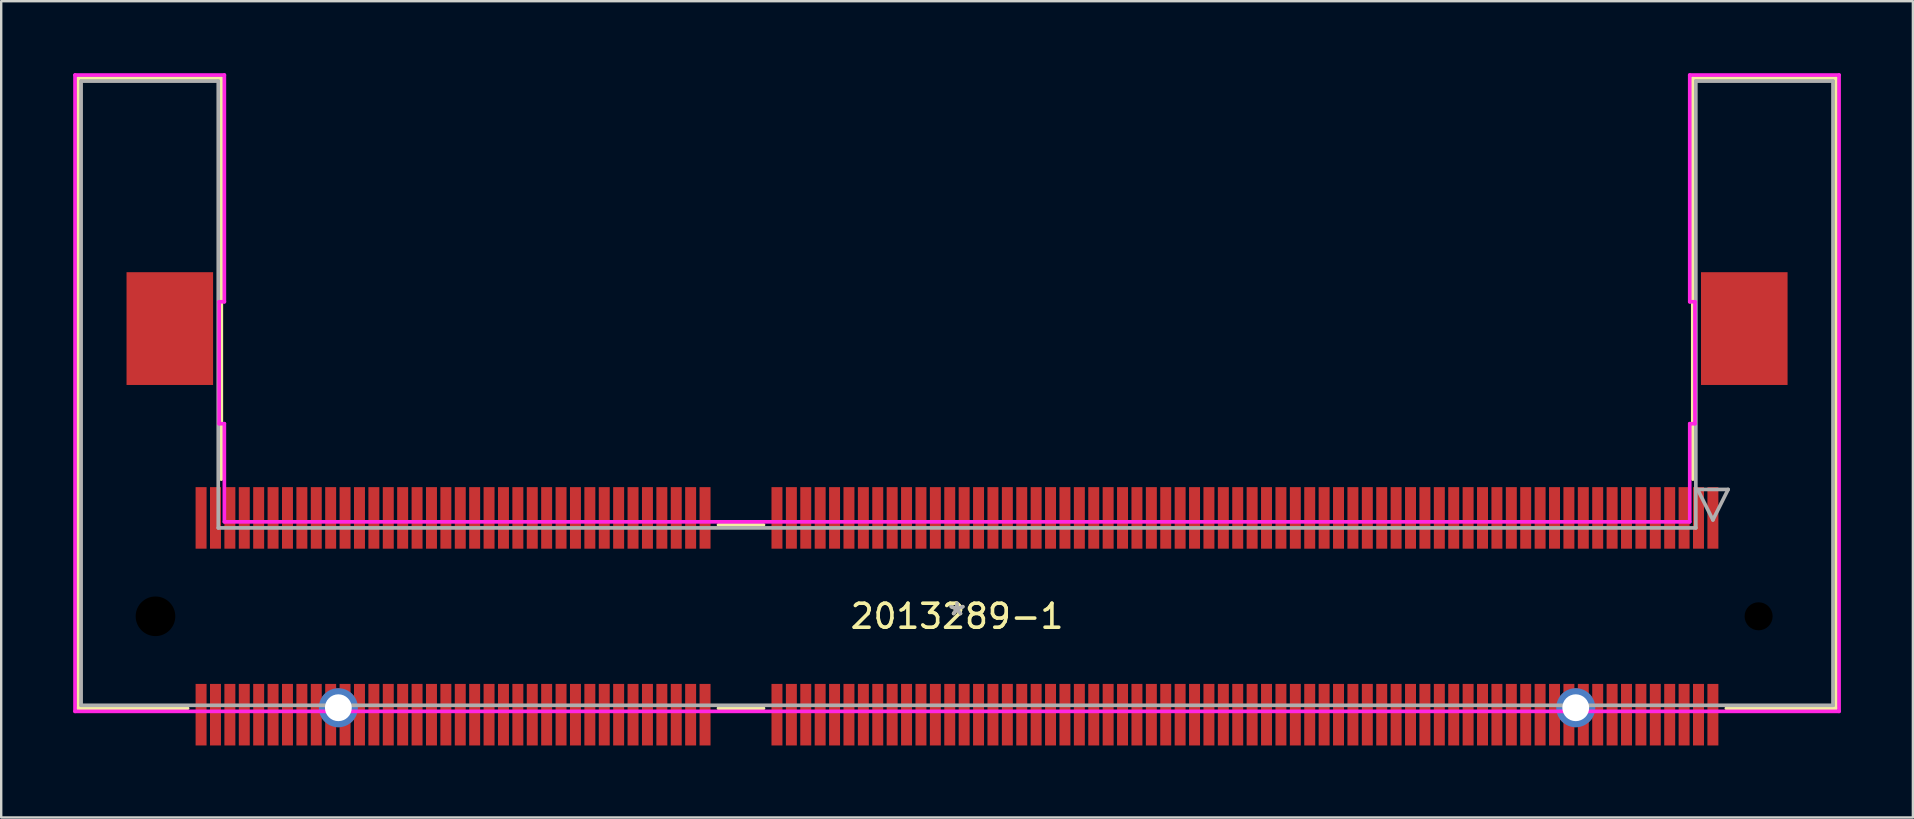
<source format=kicad_pcb>
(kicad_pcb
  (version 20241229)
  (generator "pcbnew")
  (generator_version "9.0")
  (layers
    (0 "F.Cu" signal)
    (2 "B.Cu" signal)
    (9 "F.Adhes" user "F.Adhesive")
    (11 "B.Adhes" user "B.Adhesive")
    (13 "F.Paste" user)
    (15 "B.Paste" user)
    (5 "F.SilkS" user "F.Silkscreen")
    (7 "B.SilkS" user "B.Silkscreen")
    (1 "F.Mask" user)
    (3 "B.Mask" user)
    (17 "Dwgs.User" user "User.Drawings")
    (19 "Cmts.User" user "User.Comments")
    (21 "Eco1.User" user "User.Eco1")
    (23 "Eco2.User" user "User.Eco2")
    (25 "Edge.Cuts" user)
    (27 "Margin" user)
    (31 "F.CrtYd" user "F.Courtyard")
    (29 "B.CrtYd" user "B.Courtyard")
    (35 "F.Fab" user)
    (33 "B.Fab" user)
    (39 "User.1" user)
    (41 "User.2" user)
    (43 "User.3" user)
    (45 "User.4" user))
  (footprint "2013289-1"
    (layer "F.Cu")
    (at 36.83 22.631)
    (property "Reference" "2013289-1" (at 0 0 0) (layer "F.SilkS") (effects (font (size 1 1) (thickness 0.15))))
    (attr through_hole)
    (fp_line (start -36.627 -22.428) (end -30.658 -22.428) (stroke (width 0.152) (type solid)) (layer "F.SilkS"))
    (fp_line (start -36.627 3.835) (end -36.627 -22.428) (stroke (width 0.152) (type solid)) (layer "F.SilkS"))
    (fp_line (start -32.063 3.835) (end -36.627 3.835) (stroke (width 0.152) (type solid)) (layer "F.SilkS"))
    (fp_line (start -30.658 -22.428) (end -30.658 -5.715) (stroke (width 0.152) (type solid)) (layer "F.SilkS"))
    (fp_line (start -9.94 -3.81) (end -8.065 -3.81) (stroke (width 0.152) (type solid)) (layer "F.SilkS"))
    (fp_line (start -8.065 3.835) (end -9.94 3.835) (stroke (width 0.152) (type solid)) (layer "F.SilkS"))
    (fp_line (start 30.658 -22.428) (end 36.627 -22.428) (stroke (width 0.152) (type solid)) (layer "F.SilkS"))
    (fp_line (start 30.658 -5.715) (end 30.658 -22.428) (stroke (width 0.152) (type solid)) (layer "F.SilkS"))
    (fp_line (start 36.627 -22.428) (end 36.627 3.835) (stroke (width 0.152) (type solid)) (layer "F.SilkS"))
    (fp_line (start 36.627 3.835) (end 32.057 3.835) (stroke (width 0.152) (type solid)) (layer "F.SilkS"))
    (fp_line (start -36.754 -22.555) (end -30.531 -22.555) (stroke (width 0.152) (type solid)) (layer "F.CrtYd"))
    (fp_line (start -36.754 3.962) (end -36.754 -22.555) (stroke (width 0.152) (type solid)) (layer "F.CrtYd"))
    (fp_line (start -30.747 -13.106) (end -30.747 -8.026) (stroke (width 0.152) (type solid)) (layer "F.CrtYd"))
    (fp_line (start -30.747 -8.026) (end -30.531 -8.026) (stroke (width 0.152) (type solid)) (layer "F.CrtYd"))
    (fp_line (start -30.531 -22.555) (end -30.531 -13.106) (stroke (width 0.152) (type solid)) (layer "F.CrtYd"))
    (fp_line (start -30.531 -13.106) (end -30.747 -13.106) (stroke (width 0.152) (type solid)) (layer "F.CrtYd"))
    (fp_line (start -30.531 -8.026) (end -30.531 -3.937) (stroke (width 0.152) (type solid)) (layer "F.CrtYd"))
    (fp_line (start -30.531 -3.937) (end 30.531 -3.937) (stroke (width 0.152) (type solid)) (layer "F.CrtYd"))
    (fp_line (start 30.531 -22.555) (end 36.754 -22.555) (stroke (width 0.152) (type solid)) (layer "F.CrtYd"))
    (fp_line (start 30.531 -13.106) (end 30.531 -22.555) (stroke (width 0.152) (type solid)) (layer "F.CrtYd"))
    (fp_line (start 30.531 -8.026) (end 30.747 -8.026) (stroke (width 0.152) (type solid)) (layer "F.CrtYd"))
    (fp_line (start 30.531 -3.937) (end 30.531 -8.026) (stroke (width 0.152) (type solid)) (layer "F.CrtYd"))
    (fp_line (start 30.747 -13.106) (end 30.531 -13.106) (stroke (width 0.152) (type solid)) (layer "F.CrtYd"))
    (fp_line (start 30.747 -8.026) (end 30.747 -13.106) (stroke (width 0.152) (type solid)) (layer "F.CrtYd"))
    (fp_line (start 36.754 -22.555) (end 36.754 3.962) (stroke (width 0.152) (type solid)) (layer "F.CrtYd"))
    (fp_line (start 36.754 3.962) (end -36.754 3.962) (stroke (width 0.152) (type solid)) (layer "F.CrtYd"))
    (fp_line (start -36.5 -22.301) (end -30.785 -22.301) (stroke (width 0.152) (type solid)) (layer "F.Fab"))
    (fp_line (start -36.5 3.708) (end -36.5 -22.301) (stroke (width 0.152) (type solid)) (layer "F.Fab"))
    (fp_line (start -30.785 -22.301) (end -30.785 -3.683) (stroke (width 0.152) (type solid)) (layer "F.Fab"))
    (fp_line (start -30.785 -3.683) (end 30.785 -3.683) (stroke (width 0.152) (type solid)) (layer "F.Fab"))
    (fp_line (start 30.785 -22.301) (end 36.5 -22.301) (stroke (width 0.152) (type solid)) (layer "F.Fab"))
    (fp_line (start 30.785 -3.683) (end 30.785 -22.301) (stroke (width 0.152) (type solid)) (layer "F.Fab"))
    (fp_line (start 30.861 -5.286) (end 32.131 -5.286) (stroke (width 0.152) (type solid)) (layer "F.Fab"))
    (fp_line (start 31.496 -4.016) (end 30.861 -5.286) (stroke (width 0.152) (type solid)) (layer "F.Fab"))
    (fp_line (start 32.131 -5.286) (end 31.496 -4.016) (stroke (width 0.152) (type solid)) (layer "F.Fab"))
    (fp_line (start 36.5 -22.301) (end 36.5 3.708) (stroke (width 0.152) (type solid)) (layer "F.Fab"))
    (fp_line (start 36.5 3.708) (end -36.5 3.708) (stroke (width 0.152) (type solid)) (layer "F.Fab"))
    (fp_text user "*" (at 0 0 0) (layer "F.SilkS") (effects (font (size 1 1) (thickness 0.15))))
    (fp_text user "Copyright 2016 Accelerated Designs. All rights reserved." (at 0 0 0) (layer "Cmts.User") (effects (font (size 0.127 0.127) (thickness 0.002))))
    (fp_text user "*" (at 0 0 0) (layer "F.Fab") (effects (font (size 1 1) (thickness 0.15))))
    (pad "" np_thru_hole circle (at -33.401 0) (size 2.159 2.159) (drill 1.651) (layers))
    (pad "" np_thru_hole circle (at 33.401 0) (size 1.676 1.676) (drill 1.168) (layers))
    (pad "1" smd rect (at 31.496 -4.1) (size 0.457 2.565) (layers "F.Cu" "F.Mask" "F.Paste"))
    (pad "2" smd rect (at 31.496 4.1) (size 0.457 2.565) (layers "F.Cu" "F.Mask" "F.Paste"))
    (pad "3" smd rect (at 30.896 -4.1) (size 0.457 2.565) (layers "F.Cu" "F.Mask" "F.Paste"))
    (pad "4" smd rect (at 30.896 4.1) (size 0.457 2.565) (layers "F.Cu" "F.Mask" "F.Paste"))
    (pad "5" smd rect (at 30.296 -4.1) (size 0.457 2.565) (layers "F.Cu" "F.Mask" "F.Paste"))
    (pad "6" smd rect (at 30.296 4.1) (size 0.457 2.565) (layers "F.Cu" "F.Mask" "F.Paste"))
    (pad "7" smd rect (at 29.696 -4.1) (size 0.457 2.565) (layers "F.Cu" "F.Mask" "F.Paste"))
    (pad "8" smd rect (at 29.696 4.1) (size 0.457 2.565) (layers "F.Cu" "F.Mask" "F.Paste"))
    (pad "9" smd rect (at 29.096 -4.1) (size 0.457 2.565) (layers "F.Cu" "F.Mask" "F.Paste"))
    (pad "10" smd rect (at 29.096 4.1) (size 0.457 2.565) (layers "F.Cu" "F.Mask" "F.Paste"))
    (pad "11" smd rect (at 28.496 -4.1) (size 0.457 2.565) (layers "F.Cu" "F.Mask" "F.Paste"))
    (pad "12" smd rect (at 28.496 4.1) (size 0.457 2.565) (layers "F.Cu" "F.Mask" "F.Paste"))
    (pad "13" smd rect (at 27.896 -4.1) (size 0.457 2.565) (layers "F.Cu" "F.Mask" "F.Paste"))
    (pad "14" smd rect (at 27.896 4.1) (size 0.457 2.565) (layers "F.Cu" "F.Mask" "F.Paste"))
    (pad "15" smd rect (at 27.296 -4.1) (size 0.457 2.565) (layers "F.Cu" "F.Mask" "F.Paste"))
    (pad "16" smd rect (at 27.296 4.1) (size 0.457 2.565) (layers "F.Cu" "F.Mask" "F.Paste"))
    (pad "17" smd rect (at 26.696 -4.1) (size 0.457 2.565) (layers "F.Cu" "F.Mask" "F.Paste"))
    (pad "18" smd rect (at 26.696 4.1) (size 0.457 2.565) (layers "F.Cu" "F.Mask" "F.Paste"))
    (pad "19" smd rect (at 26.096 -4.1) (size 0.457 2.565) (layers "F.Cu" "F.Mask" "F.Paste"))
    (pad "20" smd rect (at 26.096 4.1) (size 0.457 2.565) (layers "F.Cu" "F.Mask" "F.Paste"))
    (pad "21" smd rect (at 25.496 -4.1) (size 0.457 2.565) (layers "F.Cu" "F.Mask" "F.Paste"))
    (pad "22" smd rect (at 25.496 4.1) (size 0.457 2.565) (layers "F.Cu" "F.Mask" "F.Paste"))
    (pad "23" smd rect (at 24.896 -4.1) (size 0.457 2.565) (layers "F.Cu" "F.Mask" "F.Paste"))
    (pad "24" smd rect (at 24.896 4.1) (size 0.457 2.565) (layers "F.Cu" "F.Mask" "F.Paste"))
    (pad "25" smd rect (at 24.296 -4.1) (size 0.457 2.565) (layers "F.Cu" "F.Mask" "F.Paste"))
    (pad "26" smd rect (at 24.296 4.1) (size 0.457 2.565) (layers "F.Cu" "F.Mask" "F.Paste"))
    (pad "27" smd rect (at 23.696 -4.1) (size 0.457 2.565) (layers "F.Cu" "F.Mask" "F.Paste"))
    (pad "28" smd rect (at 23.696 4.1) (size 0.457 2.565) (layers "F.Cu" "F.Mask" "F.Paste"))
    (pad "29" smd rect (at 23.096 -4.1) (size 0.457 2.565) (layers "F.Cu" "F.Mask" "F.Paste"))
    (pad "30" smd rect (at 23.096 4.1) (size 0.457 2.565) (layers "F.Cu" "F.Mask" "F.Paste"))
    (pad "31" smd rect (at 22.496 -4.1) (size 0.457 2.565) (layers "F.Cu" "F.Mask" "F.Paste"))
    (pad "32" smd rect (at 22.496 4.1) (size 0.457 2.565) (layers "F.Cu" "F.Mask" "F.Paste"))
    (pad "33" smd rect (at 21.896 -4.1) (size 0.457 2.565) (layers "F.Cu" "F.Mask" "F.Paste"))
    (pad "34" smd rect (at 21.896 4.1) (size 0.457 2.565) (layers "F.Cu" "F.Mask" "F.Paste"))
    (pad "35" smd rect (at 21.296 -4.1) (size 0.457 2.565) (layers "F.Cu" "F.Mask" "F.Paste"))
    (pad "36" smd rect (at 21.296 4.1) (size 0.457 2.565) (layers "F.Cu" "F.Mask" "F.Paste"))
    (pad "37" smd rect (at 20.696 -4.1) (size 0.457 2.565) (layers "F.Cu" "F.Mask" "F.Paste"))
    (pad "38" smd rect (at 20.696 4.1) (size 0.457 2.565) (layers "F.Cu" "F.Mask" "F.Paste"))
    (pad "39" smd rect (at 20.096 -4.1) (size 0.457 2.565) (layers "F.Cu" "F.Mask" "F.Paste"))
    (pad "40" smd rect (at 20.096 4.1) (size 0.457 2.565) (layers "F.Cu" "F.Mask" "F.Paste"))
    (pad "41" smd rect (at 19.496 -4.1) (size 0.457 2.565) (layers "F.Cu" "F.Mask" "F.Paste"))
    (pad "42" smd rect (at 19.496 4.1) (size 0.457 2.565) (layers "F.Cu" "F.Mask" "F.Paste"))
    (pad "43" smd rect (at 18.896 -4.1) (size 0.457 2.565) (layers "F.Cu" "F.Mask" "F.Paste"))
    (pad "44" smd rect (at 18.896 4.1) (size 0.457 2.565) (layers "F.Cu" "F.Mask" "F.Paste"))
    (pad "45" smd rect (at 18.296 -4.1) (size 0.457 2.565) (layers "F.Cu" "F.Mask" "F.Paste"))
    (pad "46" smd rect (at 18.296 4.1) (size 0.457 2.565) (layers "F.Cu" "F.Mask" "F.Paste"))
    (pad "47" smd rect (at 17.696 -4.1) (size 0.457 2.565) (layers "F.Cu" "F.Mask" "F.Paste"))
    (pad "48" smd rect (at 17.696 4.1) (size 0.457 2.565) (layers "F.Cu" "F.Mask" "F.Paste"))
    (pad "49" smd rect (at 17.096 -4.1) (size 0.457 2.565) (layers "F.Cu" "F.Mask" "F.Paste"))
    (pad "50" smd rect (at 17.096 4.1) (size 0.457 2.565) (layers "F.Cu" "F.Mask" "F.Paste"))
    (pad "51" smd rect (at 16.496 -4.1) (size 0.457 2.565) (layers "F.Cu" "F.Mask" "F.Paste"))
    (pad "52" smd rect (at 16.496 4.1) (size 0.457 2.565) (layers "F.Cu" "F.Mask" "F.Paste"))
    (pad "53" smd rect (at 15.896 -4.1) (size 0.457 2.565) (layers "F.Cu" "F.Mask" "F.Paste"))
    (pad "54" smd rect (at 15.896 4.1) (size 0.457 2.565) (layers "F.Cu" "F.Mask" "F.Paste"))
    (pad "55" smd rect (at 15.296 -4.1) (size 0.457 2.565) (layers "F.Cu" "F.Mask" "F.Paste"))
    (pad "56" smd rect (at 15.296 4.1) (size 0.457 2.565) (layers "F.Cu" "F.Mask" "F.Paste"))
    (pad "57" smd rect (at 14.696 -4.1) (size 0.457 2.565) (layers "F.Cu" "F.Mask" "F.Paste"))
    (pad "58" smd rect (at 14.696 4.1) (size 0.457 2.565) (layers "F.Cu" "F.Mask" "F.Paste"))
    (pad "59" smd rect (at 14.096 -4.1) (size 0.457 2.565) (layers "F.Cu" "F.Mask" "F.Paste"))
    (pad "60" smd rect (at 14.096 4.1) (size 0.457 2.565) (layers "F.Cu" "F.Mask" "F.Paste"))
    (pad "61" smd rect (at 13.496 -4.1) (size 0.457 2.565) (layers "F.Cu" "F.Mask" "F.Paste"))
    (pad "62" smd rect (at 13.496 4.1) (size 0.457 2.565) (layers "F.Cu" "F.Mask" "F.Paste"))
    (pad "63" smd rect (at 12.896 -4.1) (size 0.457 2.565) (layers "F.Cu" "F.Mask" "F.Paste"))
    (pad "64" smd rect (at 12.896 4.1) (size 0.457 2.565) (layers "F.Cu" "F.Mask" "F.Paste"))
    (pad "65" smd rect (at 12.296 -4.1) (size 0.457 2.565) (layers "F.Cu" "F.Mask" "F.Paste"))
    (pad "66" smd rect (at 12.296 4.1) (size 0.457 2.565) (layers "F.Cu" "F.Mask" "F.Paste"))
    (pad "67" smd rect (at 11.696 -4.1) (size 0.457 2.565) (layers "F.Cu" "F.Mask" "F.Paste"))
    (pad "68" smd rect (at 11.696 4.1) (size 0.457 2.565) (layers "F.Cu" "F.Mask" "F.Paste"))
    (pad "69" smd rect (at 11.096 -4.1) (size 0.457 2.565) (layers "F.Cu" "F.Mask" "F.Paste"))
    (pad "70" smd rect (at 11.096 4.1) (size 0.457 2.565) (layers "F.Cu" "F.Mask" "F.Paste"))
    (pad "71" smd rect (at 10.496 -4.1) (size 0.457 2.565) (layers "F.Cu" "F.Mask" "F.Paste"))
    (pad "72" smd rect (at 10.496 4.1) (size 0.457 2.565) (layers "F.Cu" "F.Mask" "F.Paste"))
    (pad "73" smd rect (at 9.896 -4.1) (size 0.457 2.565) (layers "F.Cu" "F.Mask" "F.Paste"))
    (pad "74" smd rect (at 9.896 4.1) (size 0.457 2.565) (layers "F.Cu" "F.Mask" "F.Paste"))
    (pad "75" smd rect (at 9.296 -4.1) (size 0.457 2.565) (layers "F.Cu" "F.Mask" "F.Paste"))
    (pad "76" smd rect (at 9.296 4.1) (size 0.457 2.565) (layers "F.Cu" "F.Mask" "F.Paste"))
    (pad "77" smd rect (at 8.696 -4.1) (size 0.457 2.565) (layers "F.Cu" "F.Mask" "F.Paste"))
    (pad "78" smd rect (at 8.696 4.1) (size 0.457 2.565) (layers "F.Cu" "F.Mask" "F.Paste"))
    (pad "79" smd rect (at 8.096 -4.1) (size 0.457 2.565) (layers "F.Cu" "F.Mask" "F.Paste"))
    (pad "80" smd rect (at 8.096 4.1) (size 0.457 2.565) (layers "F.Cu" "F.Mask" "F.Paste"))
    (pad "81" smd rect (at 7.496 -4.1) (size 0.457 2.565) (layers "F.Cu" "F.Mask" "F.Paste"))
    (pad "82" smd rect (at 7.496 4.1) (size 0.457 2.565) (layers "F.Cu" "F.Mask" "F.Paste"))
    (pad "83" smd rect (at 6.896 -4.1) (size 0.457 2.565) (layers "F.Cu" "F.Mask" "F.Paste"))
    (pad "84" smd rect (at 6.896 4.1) (size 0.457 2.565) (layers "F.Cu" "F.Mask" "F.Paste"))
    (pad "85" smd rect (at 6.296 -4.1) (size 0.457 2.565) (layers "F.Cu" "F.Mask" "F.Paste"))
    (pad "86" smd rect (at 6.296 4.1) (size 0.457 2.565) (layers "F.Cu" "F.Mask" "F.Paste"))
    (pad "87" smd rect (at 5.696 -4.1) (size 0.457 2.565) (layers "F.Cu" "F.Mask" "F.Paste"))
    (pad "88" smd rect (at 5.696 4.1) (size 0.457 2.565) (layers "F.Cu" "F.Mask" "F.Paste"))
    (pad "89" smd rect (at 5.096 -4.1) (size 0.457 2.565) (layers "F.Cu" "F.Mask" "F.Paste"))
    (pad "90" smd rect (at 5.096 4.1) (size 0.457 2.565) (layers "F.Cu" "F.Mask" "F.Paste"))
    (pad "91" smd rect (at 4.496 -4.1) (size 0.457 2.565) (layers "F.Cu" "F.Mask" "F.Paste"))
    (pad "92" smd rect (at 4.496 4.1) (size 0.457 2.565) (layers "F.Cu" "F.Mask" "F.Paste"))
    (pad "93" smd rect (at 3.896 -4.1) (size 0.457 2.565) (layers "F.Cu" "F.Mask" "F.Paste"))
    (pad "94" smd rect (at 3.896 4.1) (size 0.457 2.565) (layers "F.Cu" "F.Mask" "F.Paste"))
    (pad "95" smd rect (at 3.296 -4.1) (size 0.457 2.565) (layers "F.Cu" "F.Mask" "F.Paste"))
    (pad "96" smd rect (at 3.296 4.1) (size 0.457 2.565) (layers "F.Cu" "F.Mask" "F.Paste"))
    (pad "97" smd rect (at 2.696 -4.1) (size 0.457 2.565) (layers "F.Cu" "F.Mask" "F.Paste"))
    (pad "98" smd rect (at 2.696 4.1) (size 0.457 2.565) (layers "F.Cu" "F.Mask" "F.Paste"))
    (pad "99" smd rect (at 2.096 -4.1) (size 0.457 2.565) (layers "F.Cu" "F.Mask" "F.Paste"))
    (pad "100" smd rect (at 2.096 4.1) (size 0.457 2.565) (layers "F.Cu" "F.Mask" "F.Paste"))
    (pad "101" smd rect (at 1.496 -4.1) (size 0.457 2.565) (layers "F.Cu" "F.Mask" "F.Paste"))
    (pad "102" smd rect (at 1.496 4.1) (size 0.457 2.565) (layers "F.Cu" "F.Mask" "F.Paste"))
    (pad "103" smd rect (at 0.896 -4.1) (size 0.457 2.565) (layers "F.Cu" "F.Mask" "F.Paste"))
    (pad "104" smd rect (at 0.896 4.1) (size 0.457 2.565) (layers "F.Cu" "F.Mask" "F.Paste"))
    (pad "105" smd rect (at 0.296 -4.1) (size 0.457 2.565) (layers "F.Cu" "F.Mask" "F.Paste"))
    (pad "106" smd rect (at 0.296 4.1) (size 0.457 2.565) (layers "F.Cu" "F.Mask" "F.Paste"))
    (pad "107" smd rect (at -0.304 -4.1) (size 0.457 2.565) (layers "F.Cu" "F.Mask" "F.Paste"))
    (pad "108" smd rect (at -0.304 4.1) (size 0.457 2.565) (layers "F.Cu" "F.Mask" "F.Paste"))
    (pad "109" smd rect (at -0.904 -4.1) (size 0.457 2.565) (layers "F.Cu" "F.Mask" "F.Paste"))
    (pad "110" smd rect (at -0.904 4.1) (size 0.457 2.565) (layers "F.Cu" "F.Mask" "F.Paste"))
    (pad "111" smd rect (at -1.504 -4.1) (size 0.457 2.565) (layers "F.Cu" "F.Mask" "F.Paste"))
    (pad "112" smd rect (at -1.504 4.1) (size 0.457 2.565) (layers "F.Cu" "F.Mask" "F.Paste"))
    (pad "113" smd rect (at -2.104 -4.1) (size 0.457 2.565) (layers "F.Cu" "F.Mask" "F.Paste"))
    (pad "114" smd rect (at -2.104 4.1) (size 0.457 2.565) (layers "F.Cu" "F.Mask" "F.Paste"))
    (pad "115" smd rect (at -2.704 -4.1) (size 0.457 2.565) (layers "F.Cu" "F.Mask" "F.Paste"))
    (pad "116" smd rect (at -2.704 4.1) (size 0.457 2.565) (layers "F.Cu" "F.Mask" "F.Paste"))
    (pad "117" smd rect (at -3.304 -4.1) (size 0.457 2.565) (layers "F.Cu" "F.Mask" "F.Paste"))
    (pad "118" smd rect (at -3.304 4.1) (size 0.457 2.565) (layers "F.Cu" "F.Mask" "F.Paste"))
    (pad "119" smd rect (at -3.904 -4.1) (size 0.457 2.565) (layers "F.Cu" "F.Mask" "F.Paste"))
    (pad "120" smd rect (at -3.904 4.1) (size 0.457 2.565) (layers "F.Cu" "F.Mask" "F.Paste"))
    (pad "121" smd rect (at -4.504 -4.1) (size 0.457 2.565) (layers "F.Cu" "F.Mask" "F.Paste"))
    (pad "122" smd rect (at -4.504 4.1) (size 0.457 2.565) (layers "F.Cu" "F.Mask" "F.Paste"))
    (pad "123" smd rect (at -5.104 -4.1) (size 0.457 2.565) (layers "F.Cu" "F.Mask" "F.Paste"))
    (pad "124" smd rect (at -5.104 4.1) (size 0.457 2.565) (layers "F.Cu" "F.Mask" "F.Paste"))
    (pad "125" smd rect (at -5.704 -4.1) (size 0.457 2.565) (layers "F.Cu" "F.Mask" "F.Paste"))
    (pad "126" smd rect (at -5.704 4.1) (size 0.457 2.565) (layers "F.Cu" "F.Mask" "F.Paste"))
    (pad "127" smd rect (at -6.304 -4.1) (size 0.457 2.565) (layers "F.Cu" "F.Mask" "F.Paste"))
    (pad "128" smd rect (at -6.304 4.1) (size 0.457 2.565) (layers "F.Cu" "F.Mask" "F.Paste"))
    (pad "129" smd rect (at -6.904 -4.1) (size 0.457 2.565) (layers "F.Cu" "F.Mask" "F.Paste"))
    (pad "130" smd rect (at -6.904 4.1) (size 0.457 2.565) (layers "F.Cu" "F.Mask" "F.Paste"))
    (pad "131" smd rect (at -7.504 -4.1) (size 0.457 2.565) (layers "F.Cu" "F.Mask" "F.Paste"))
    (pad "132" smd rect (at -7.504 4.1) (size 0.457 2.565) (layers "F.Cu" "F.Mask" "F.Paste"))
    (pad "133" smd rect (at -10.501 -4.1) (size 0.457 2.565) (layers "F.Cu" "F.Mask" "F.Paste"))
    (pad "134" smd rect (at -10.501 4.1) (size 0.457 2.565) (layers "F.Cu" "F.Mask" "F.Paste"))
    (pad "135" smd rect (at -11.101 -4.1) (size 0.457 2.565) (layers "F.Cu" "F.Mask" "F.Paste"))
    (pad "136" smd rect (at -11.101 4.1) (size 0.457 2.565) (layers "F.Cu" "F.Mask" "F.Paste"))
    (pad "137" smd rect (at -11.701 -4.1) (size 0.457 2.565) (layers "F.Cu" "F.Mask" "F.Paste"))
    (pad "138" smd rect (at -11.701 4.1) (size 0.457 2.565) (layers "F.Cu" "F.Mask" "F.Paste"))
    (pad "139" smd rect (at -12.301 -4.1) (size 0.457 2.565) (layers "F.Cu" "F.Mask" "F.Paste"))
    (pad "140" smd rect (at -12.301 4.1) (size 0.457 2.565) (layers "F.Cu" "F.Mask" "F.Paste"))
    (pad "141" smd rect (at -12.901 -4.1) (size 0.457 2.565) (layers "F.Cu" "F.Mask" "F.Paste"))
    (pad "142" smd rect (at -12.901 4.1) (size 0.457 2.565) (layers "F.Cu" "F.Mask" "F.Paste"))
    (pad "143" smd rect (at -13.501 -4.1) (size 0.457 2.565) (layers "F.Cu" "F.Mask" "F.Paste"))
    (pad "144" smd rect (at -13.501 4.1) (size 0.457 2.565) (layers "F.Cu" "F.Mask" "F.Paste"))
    (pad "145" smd rect (at -14.101 -4.1) (size 0.457 2.565) (layers "F.Cu" "F.Mask" "F.Paste"))
    (pad "146" smd rect (at -14.101 4.1) (size 0.457 2.565) (layers "F.Cu" "F.Mask" "F.Paste"))
    (pad "147" smd rect (at -14.701 -4.1) (size 0.457 2.565) (layers "F.Cu" "F.Mask" "F.Paste"))
    (pad "148" smd rect (at -14.701 4.1) (size 0.457 2.565) (layers "F.Cu" "F.Mask" "F.Paste"))
    (pad "149" smd rect (at -15.301 -4.1) (size 0.457 2.565) (layers "F.Cu" "F.Mask" "F.Paste"))
    (pad "150" smd rect (at -15.301 4.1) (size 0.457 2.565) (layers "F.Cu" "F.Mask" "F.Paste"))
    (pad "151" smd rect (at -15.901 -4.1) (size 0.457 2.565) (layers "F.Cu" "F.Mask" "F.Paste"))
    (pad "152" smd rect (at -15.901 4.1) (size 0.457 2.565) (layers "F.Cu" "F.Mask" "F.Paste"))
    (pad "153" smd rect (at -16.501 -4.1) (size 0.457 2.565) (layers "F.Cu" "F.Mask" "F.Paste"))
    (pad "154" smd rect (at -16.501 4.1) (size 0.457 2.565) (layers "F.Cu" "F.Mask" "F.Paste"))
    (pad "155" smd rect (at -17.101 -4.1) (size 0.457 2.565) (layers "F.Cu" "F.Mask" "F.Paste"))
    (pad "156" smd rect (at -17.101 4.1) (size 0.457 2.565) (layers "F.Cu" "F.Mask" "F.Paste"))
    (pad "157" smd rect (at -17.701 -4.1) (size 0.457 2.565) (layers "F.Cu" "F.Mask" "F.Paste"))
    (pad "158" smd rect (at -17.701 4.1) (size 0.457 2.565) (layers "F.Cu" "F.Mask" "F.Paste"))
    (pad "159" smd rect (at -18.301 -4.1) (size 0.457 2.565) (layers "F.Cu" "F.Mask" "F.Paste"))
    (pad "160" smd rect (at -18.301 4.1) (size 0.457 2.565) (layers "F.Cu" "F.Mask" "F.Paste"))
    (pad "161" smd rect (at -18.901 -4.1) (size 0.457 2.565) (layers "F.Cu" "F.Mask" "F.Paste"))
    (pad "162" smd rect (at -18.901 4.1) (size 0.457 2.565) (layers "F.Cu" "F.Mask" "F.Paste"))
    (pad "163" smd rect (at -19.501 -4.1) (size 0.457 2.565) (layers "F.Cu" "F.Mask" "F.Paste"))
    (pad "164" smd rect (at -19.501 4.1) (size 0.457 2.565) (layers "F.Cu" "F.Mask" "F.Paste"))
    (pad "165" smd rect (at -20.101 -4.1) (size 0.457 2.565) (layers "F.Cu" "F.Mask" "F.Paste"))
    (pad "166" smd rect (at -20.101 4.1) (size 0.457 2.565) (layers "F.Cu" "F.Mask" "F.Paste"))
    (pad "167" smd rect (at -20.701 -4.1) (size 0.457 2.565) (layers "F.Cu" "F.Mask" "F.Paste"))
    (pad "168" smd rect (at -20.701 4.1) (size 0.457 2.565) (layers "F.Cu" "F.Mask" "F.Paste"))
    (pad "169" smd rect (at -21.301 -4.1) (size 0.457 2.565) (layers "F.Cu" "F.Mask" "F.Paste"))
    (pad "170" smd rect (at -21.301 4.1) (size 0.457 2.565) (layers "F.Cu" "F.Mask" "F.Paste"))
    (pad "171" smd rect (at -21.901 -4.1) (size 0.457 2.565) (layers "F.Cu" "F.Mask" "F.Paste"))
    (pad "172" smd rect (at -21.901 4.1) (size 0.457 2.565) (layers "F.Cu" "F.Mask" "F.Paste"))
    (pad "173" smd rect (at -22.501 -4.1) (size 0.457 2.565) (layers "F.Cu" "F.Mask" "F.Paste"))
    (pad "174" smd rect (at -22.501 4.1) (size 0.457 2.565) (layers "F.Cu" "F.Mask" "F.Paste"))
    (pad "175" smd rect (at -23.101 -4.1) (size 0.457 2.565) (layers "F.Cu" "F.Mask" "F.Paste"))
    (pad "176" smd rect (at -23.101 4.1) (size 0.457 2.565) (layers "F.Cu" "F.Mask" "F.Paste"))
    (pad "177" smd rect (at -23.701 -4.1) (size 0.457 2.565) (layers "F.Cu" "F.Mask" "F.Paste"))
    (pad "178" smd rect (at -23.701 4.1) (size 0.457 2.565) (layers "F.Cu" "F.Mask" "F.Paste"))
    (pad "179" smd rect (at -24.301 -4.1) (size 0.457 2.565) (layers "F.Cu" "F.Mask" "F.Paste"))
    (pad "180" smd rect (at -24.301 4.1) (size 0.457 2.565) (layers "F.Cu" "F.Mask" "F.Paste"))
    (pad "181" smd rect (at -24.901 -4.1) (size 0.457 2.565) (layers "F.Cu" "F.Mask" "F.Paste"))
    (pad "182" smd rect (at -24.901 4.1) (size 0.457 2.565) (layers "F.Cu" "F.Mask" "F.Paste"))
    (pad "183" smd rect (at -25.501 -4.1) (size 0.457 2.565) (layers "F.Cu" "F.Mask" "F.Paste"))
    (pad "184" smd rect (at -25.501 4.1) (size 0.457 2.565) (layers "F.Cu" "F.Mask" "F.Paste"))
    (pad "185" smd rect (at -26.101 -4.1) (size 0.457 2.565) (layers "F.Cu" "F.Mask" "F.Paste"))
    (pad "186" smd rect (at -26.101 4.1) (size 0.457 2.565) (layers "F.Cu" "F.Mask" "F.Paste"))
    (pad "187" smd rect (at -26.701 -4.1) (size 0.457 2.565) (layers "F.Cu" "F.Mask" "F.Paste"))
    (pad "188" smd rect (at -26.701 4.1) (size 0.457 2.565) (layers "F.Cu" "F.Mask" "F.Paste"))
    (pad "189" smd rect (at -27.301 -4.1) (size 0.457 2.565) (layers "F.Cu" "F.Mask" "F.Paste"))
    (pad "190" smd rect (at -27.301 4.1) (size 0.457 2.565) (layers "F.Cu" "F.Mask" "F.Paste"))
    (pad "191" smd rect (at -27.901 -4.1) (size 0.457 2.565) (layers "F.Cu" "F.Mask" "F.Paste"))
    (pad "192" smd rect (at -27.901 4.1) (size 0.457 2.565) (layers "F.Cu" "F.Mask" "F.Paste"))
    (pad "193" smd rect (at -28.501 -4.1) (size 0.457 2.565) (layers "F.Cu" "F.Mask" "F.Paste"))
    (pad "194" smd rect (at -28.501 4.1) (size 0.457 2.565) (layers "F.Cu" "F.Mask" "F.Paste"))
    (pad "195" smd rect (at -29.101 -4.1) (size 0.457 2.565) (layers "F.Cu" "F.Mask" "F.Paste"))
    (pad "196" smd rect (at -29.101 4.1) (size 0.457 2.565) (layers "F.Cu" "F.Mask" "F.Paste"))
    (pad "197" smd rect (at -29.701 -4.1) (size 0.457 2.565) (layers "F.Cu" "F.Mask" "F.Paste"))
    (pad "198" smd rect (at -29.701 4.1) (size 0.457 2.565) (layers "F.Cu" "F.Mask" "F.Paste"))
    (pad "199" smd rect (at -30.301 -4.1) (size 0.457 2.565) (layers "F.Cu" "F.Mask" "F.Paste"))
    (pad "200" smd rect (at -30.301 4.1) (size 0.457 2.565) (layers "F.Cu" "F.Mask" "F.Paste"))
    (pad "201" smd rect (at -30.901 -4.1) (size 0.457 2.565) (layers "F.Cu" "F.Mask" "F.Paste"))
    (pad "202" smd rect (at -30.901 4.1) (size 0.457 2.565) (layers "F.Cu" "F.Mask" "F.Paste"))
    (pad "203" smd rect (at -31.501 -4.1) (size 0.457 2.565) (layers "F.Cu" "F.Mask" "F.Paste"))
    (pad "204" smd rect (at -31.501 4.1) (size 0.457 2.565) (layers "F.Cu" "F.Mask" "F.Paste"))
    (pad "208" thru_hole circle (at -25.781 3.81) (size 1.626 1.626) (drill 1.118) (layers "*.Cu" "*.Mask"))
    (pad "209" thru_hole circle (at 25.781 3.81) (size 1.626 1.626) (drill 1.118) (layers "*.Cu" "*.Mask"))
    (pad "210" smd rect (at -32.804 -11.989) (size 3.607 4.699) (layers "F.Cu" "F.Mask" "F.Paste"))
    (pad "211" smd rect (at 32.804 -11.989) (size 3.607 4.699) (layers "F.Cu" "F.Mask" "F.Paste")))
  (gr_rect
    (start -3 -3)
    (end 76.66 31.014)
    (stroke (width 0.1) (type default))
    (fill no)
    (layer "Edge.Cuts")))
</source>
